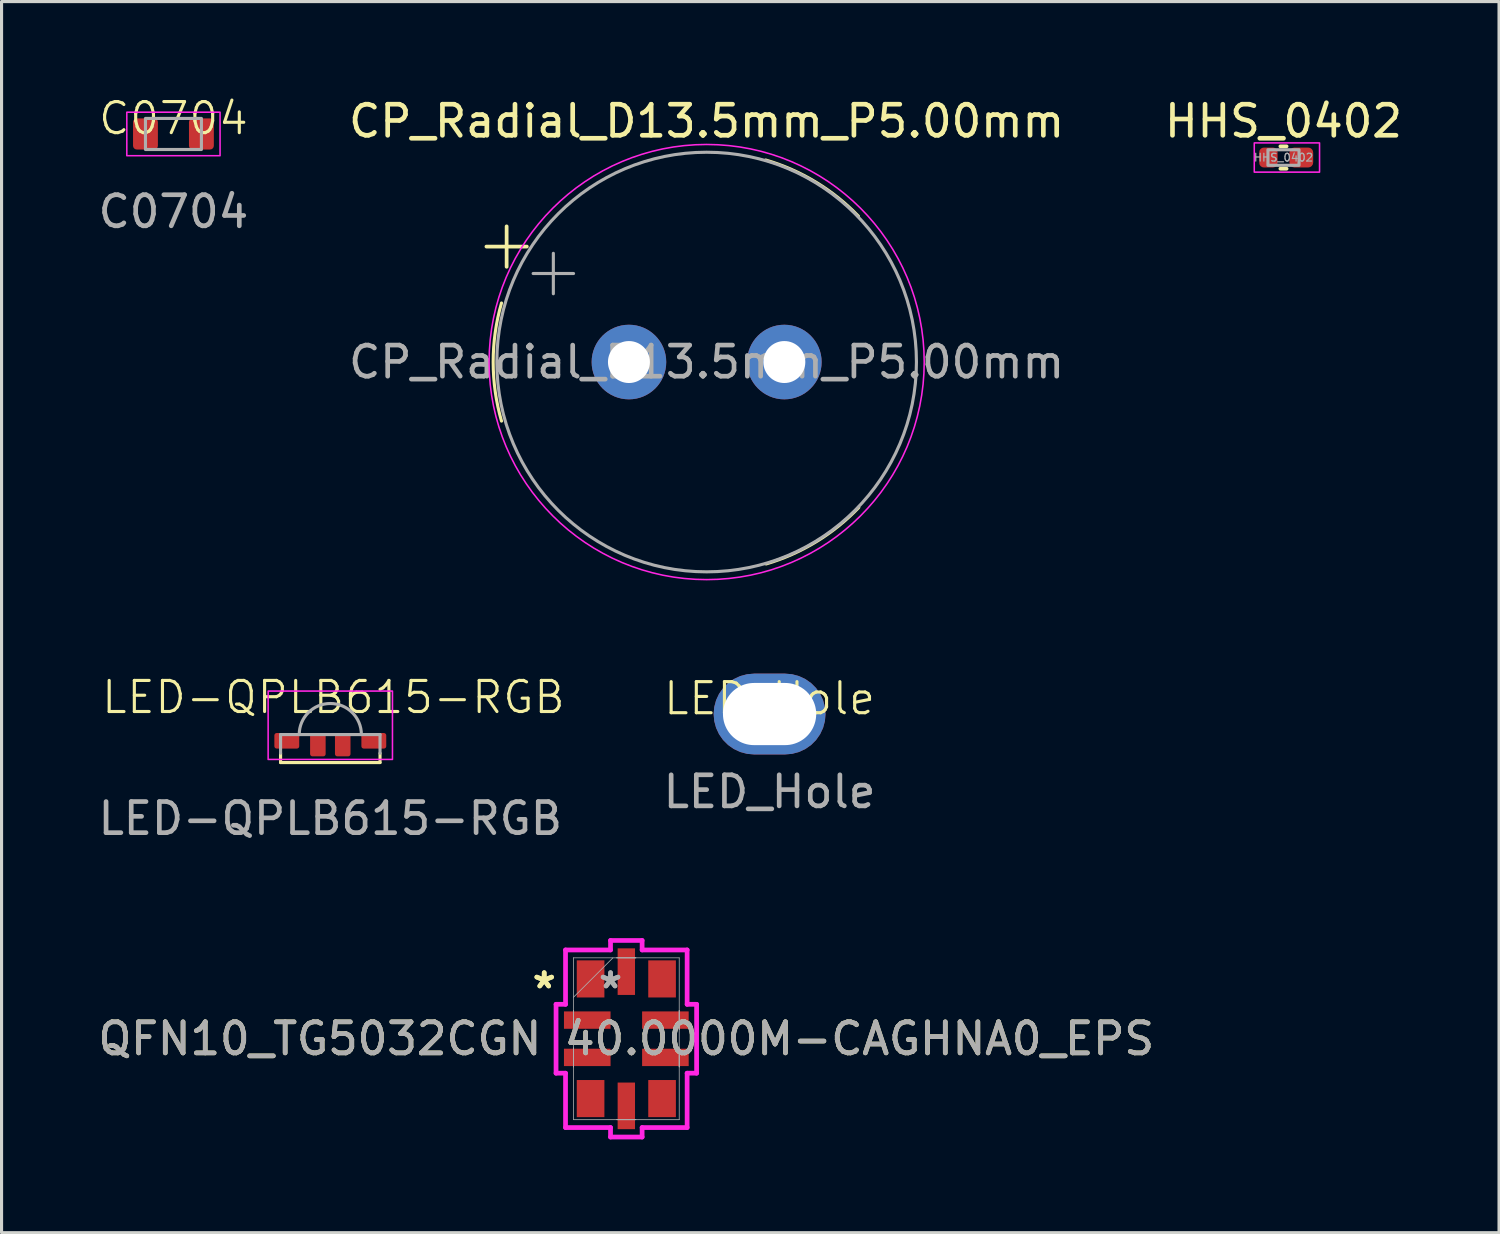
<source format=kicad_pcb>
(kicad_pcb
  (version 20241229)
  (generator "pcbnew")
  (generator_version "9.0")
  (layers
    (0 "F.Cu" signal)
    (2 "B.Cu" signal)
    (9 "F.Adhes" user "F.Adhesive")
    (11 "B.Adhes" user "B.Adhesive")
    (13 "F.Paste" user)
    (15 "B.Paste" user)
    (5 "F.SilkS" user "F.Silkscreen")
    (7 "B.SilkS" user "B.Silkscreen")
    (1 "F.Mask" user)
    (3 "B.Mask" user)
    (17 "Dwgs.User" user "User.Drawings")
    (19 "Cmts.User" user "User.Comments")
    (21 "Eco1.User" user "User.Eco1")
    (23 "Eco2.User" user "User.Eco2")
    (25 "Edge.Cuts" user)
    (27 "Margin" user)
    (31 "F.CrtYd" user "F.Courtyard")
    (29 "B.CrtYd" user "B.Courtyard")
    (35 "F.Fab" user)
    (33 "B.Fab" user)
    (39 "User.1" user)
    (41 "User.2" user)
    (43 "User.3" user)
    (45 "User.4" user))
  (footprint "C0704"
    (layer "F.Cu")
    (at 2.53 1.26)
    (property "Reference" "C0704" (at 0 -0.5 0) (unlocked yes) (layer "F.SilkS") (effects (font (size 1 1) (thickness 0.1))))
    (attr smd)
    (fp_rect (start -1.5 -0.7) (end 1.5 0.7) (stroke (width 0.05) (type default)) (fill no) (layer "F.CrtYd"))
    (fp_rect (start -0.9 -0.5) (end 0.9 0.5) (stroke (width 0.1) (type default)) (fill no) (layer "F.Fab"))
    (fp_text user "${REFERENCE}" (at 0 2.5 0) (unlocked yes) (layer "F.Fab") (effects (font (size 1 1) (thickness 0.15))))
    (pad "1" smd roundrect (at -0.9 0) (size 0.8 1) (layers "F.Cu" "F.Mask" "F.Paste") (roundrect_rratio 0.15))
    (pad "2" smd roundrect (at 0.9 0) (size 0.8 1) (layers "F.Cu" "F.Mask" "F.Paste") (roundrect_rratio 0.15)))
  (footprint "LED-QPLB615-RGB"
    (layer "F.Cu")
    (at 7.577 20.784)
    (property "Reference" "LED-QPLB615-RGB" (at 0.1 -1.4 0) (unlocked yes) (layer "F.SilkS") (effects (font (size 1 1) (thickness 0.1))))
    (attr smd)
    (fp_line (start -1.6 0.7) (end -1.6 0.4) (stroke (width 0.1) (type default)) (layer "F.SilkS"))
    (fp_line (start -1.6 0.7) (end 1.6 0.7) (stroke (width 0.1) (type default)) (layer "F.SilkS"))
    (fp_line (start 1.6 0.7) (end 1.6 0.4) (stroke (width 0.1) (type default)) (layer "F.SilkS"))
    (fp_rect (start -2 -1.6) (end 2 0.6) (stroke (width 0.05) (type default)) (fill no) (layer "F.CrtYd"))
    (fp_line (start -1.6 -0.2) (end 1.6 -0.2) (stroke (width 0.1) (type default)) (layer "F.Fab"))
    (fp_line (start -1.6 0.4) (end -1.6 -0.2) (stroke (width 0.1) (type default)) (layer "F.Fab"))
    (fp_line (start 1.6 -0.2) (end 1.6 0.4) (stroke (width 0.1) (type default)) (layer "F.Fab"))
    (fp_arc (start -1 -0.2) (mid 0 -1.2) (end 1 -0.2) (stroke (width 0.1) (type default)) (layer "F.Fab"))
    (fp_text user "${REFERENCE}" (at 0 2.5 0) (unlocked yes) (layer "F.Fab") (effects (font (size 1 1) (thickness 0.15))))
    (pad "1" smd roundrect (at -0.4 0.125) (size 0.5 0.75) (layers "F.Cu" "F.Mask" "F.Paste") (roundrect_rratio 0.15))
    (pad "2" smd roundrect (at 0.4 0.125) (size 0.5 0.75) (layers "F.Cu" "F.Mask" "F.Paste") (roundrect_rratio 0.15))
    (pad "3" smd roundrect (at 1.4 0) (size 0.8 0.5) (layers "F.Cu" "F.Mask" "F.Paste") (roundrect_rratio 0.15))
    (pad "4" smd roundrect (at -1.4 0) (size 0.8 0.5) (layers "F.Cu" "F.Mask" "F.Paste") (roundrect_rratio 0.15)))
  (footprint "QFN10_TG5032CGN 40.0000M-CAGHNA0_EPS"
    (layer "F.Cu")
    (at 17.101 30.37)
    (property "Reference" "QFN10_TG5032CGN 40.0000M-CAGHNA0_EPS" (at 0 0 0) (unlocked yes) (layer "F.SilkS") (effects (font (size 1 1) (thickness 0.15))))
    (attr smd)
    (fp_line (start -2.261 -1.108) (end -1.956 -1.108) (stroke (width 0.152) (type solid)) (layer "F.CrtYd"))
    (fp_line (start -2.261 1.108) (end -2.261 -1.108) (stroke (width 0.152) (type solid)) (layer "F.CrtYd"))
    (fp_line (start -2.261 1.108) (end -1.956 1.108) (stroke (width 0.152) (type solid)) (layer "F.CrtYd"))
    (fp_line (start -1.956 -2.857) (end -0.508 -2.857) (stroke (width 0.152) (type solid)) (layer "F.CrtYd"))
    (fp_line (start -1.956 -1.108) (end -1.956 -2.857) (stroke (width 0.152) (type solid)) (layer "F.CrtYd"))
    (fp_line (start -1.956 2.857) (end -1.956 1.108) (stroke (width 0.152) (type solid)) (layer "F.CrtYd"))
    (fp_line (start -0.508 -3.162) (end 0.508 -3.162) (stroke (width 0.152) (type solid)) (layer "F.CrtYd"))
    (fp_line (start -0.508 -2.857) (end -0.508 -3.162) (stroke (width 0.152) (type solid)) (layer "F.CrtYd"))
    (fp_line (start -0.508 2.857) (end -1.956 2.857) (stroke (width 0.152) (type solid)) (layer "F.CrtYd"))
    (fp_line (start -0.508 3.162) (end -0.508 2.857) (stroke (width 0.152) (type solid)) (layer "F.CrtYd"))
    (fp_line (start 0.508 -3.162) (end 0.508 -2.857) (stroke (width 0.152) (type solid)) (layer "F.CrtYd"))
    (fp_line (start 0.508 -2.857) (end 1.956 -2.857) (stroke (width 0.152) (type solid)) (layer "F.CrtYd"))
    (fp_line (start 0.508 2.857) (end 0.508 3.162) (stroke (width 0.152) (type solid)) (layer "F.CrtYd"))
    (fp_line (start 0.508 3.162) (end -0.508 3.162) (stroke (width 0.152) (type solid)) (layer "F.CrtYd"))
    (fp_line (start 1.956 -2.857) (end 1.956 -1.108) (stroke (width 0.152) (type solid)) (layer "F.CrtYd"))
    (fp_line (start 1.956 -1.108) (end 2.261 -1.108) (stroke (width 0.152) (type solid)) (layer "F.CrtYd"))
    (fp_line (start 1.956 1.108) (end 1.956 2.857) (stroke (width 0.152) (type solid)) (layer "F.CrtYd"))
    (fp_line (start 1.956 2.857) (end 0.508 2.857) (stroke (width 0.152) (type solid)) (layer "F.CrtYd"))
    (fp_line (start 2.261 -1.108) (end 2.261 1.108) (stroke (width 0.152) (type solid)) (layer "F.CrtYd"))
    (fp_line (start 2.261 1.108) (end 1.956 1.108) (stroke (width 0.152) (type solid)) (layer "F.CrtYd"))
    (fp_line (start -1.702 -2.603) (end -1.702 2.603) (stroke (width 0.025) (type solid)) (layer "F.Fab"))
    (fp_line (start -1.702 -1.333) (end -0.432 -2.603) (stroke (width 0.025) (type solid)) (layer "F.Fab"))
    (fp_line (start -1.702 -0.905) (end -1.702 -0.905) (stroke (width 0.025) (type solid)) (layer "F.Fab"))
    (fp_line (start -1.702 -0.905) (end -1.702 -0.295) (stroke (width 0.025) (type solid)) (layer "F.Fab"))
    (fp_line (start -1.702 -0.295) (end -1.702 -0.905) (stroke (width 0.025) (type solid)) (layer "F.Fab"))
    (fp_line (start -1.702 -0.295) (end -1.702 -0.295) (stroke (width 0.025) (type solid)) (layer "F.Fab"))
    (fp_line (start -1.702 0.295) (end -1.702 0.295) (stroke (width 0.025) (type solid)) (layer "F.Fab"))
    (fp_line (start -1.702 0.295) (end -1.702 0.905) (stroke (width 0.025) (type solid)) (layer "F.Fab"))
    (fp_line (start -1.702 0.905) (end -1.702 0.295) (stroke (width 0.025) (type solid)) (layer "F.Fab"))
    (fp_line (start -1.702 0.905) (end -1.702 0.905) (stroke (width 0.025) (type solid)) (layer "F.Fab"))
    (fp_line (start -1.702 2.603) (end 1.702 2.603) (stroke (width 0.025) (type solid)) (layer "F.Fab"))
    (fp_line (start -0.305 -2.603) (end -0.305 -2.603) (stroke (width 0.025) (type solid)) (layer "F.Fab"))
    (fp_line (start -0.305 -2.603) (end 0.305 -2.603) (stroke (width 0.025) (type solid)) (layer "F.Fab"))
    (fp_line (start -0.305 2.603) (end -0.305 2.603) (stroke (width 0.025) (type solid)) (layer "F.Fab"))
    (fp_line (start -0.305 2.603) (end 0.305 2.603) (stroke (width 0.025) (type solid)) (layer "F.Fab"))
    (fp_line (start 0.305 -2.603) (end -0.305 -2.603) (stroke (width 0.025) (type solid)) (layer "F.Fab"))
    (fp_line (start 0.305 -2.603) (end 0.305 -2.603) (stroke (width 0.025) (type solid)) (layer "F.Fab"))
    (fp_line (start 0.305 2.603) (end -0.305 2.603) (stroke (width 0.025) (type solid)) (layer "F.Fab"))
    (fp_line (start 0.305 2.603) (end 0.305 2.603) (stroke (width 0.025) (type solid)) (layer "F.Fab"))
    (fp_line (start 1.702 -2.603) (end -1.702 -2.603) (stroke (width 0.025) (type solid)) (layer "F.Fab"))
    (fp_line (start 1.702 -0.905) (end 1.702 -0.905) (stroke (width 0.025) (type solid)) (layer "F.Fab"))
    (fp_line (start 1.702 -0.905) (end 1.702 -0.295) (stroke (width 0.025) (type solid)) (layer "F.Fab"))
    (fp_line (start 1.702 -0.295) (end 1.702 -0.905) (stroke (width 0.025) (type solid)) (layer "F.Fab"))
    (fp_line (start 1.702 -0.295) (end 1.702 -0.295) (stroke (width 0.025) (type solid)) (layer "F.Fab"))
    (fp_line (start 1.702 0.295) (end 1.702 0.295) (stroke (width 0.025) (type solid)) (layer "F.Fab"))
    (fp_line (start 1.702 0.295) (end 1.702 0.905) (stroke (width 0.025) (type solid)) (layer "F.Fab"))
    (fp_line (start 1.702 0.905) (end 1.702 0.295) (stroke (width 0.025) (type solid)) (layer "F.Fab"))
    (fp_line (start 1.702 0.905) (end 1.702 0.905) (stroke (width 0.025) (type solid)) (layer "F.Fab"))
    (fp_line (start 1.702 2.603) (end 1.702 -2.603) (stroke (width 0.025) (type solid)) (layer "F.Fab"))
    (fp_text user "*" (at -2.642 -1.581 0) (layer "F.SilkS") (effects (font (size 1 1) (thickness 0.15))))
    (fp_text user "*" (at -2.642 -1.581 0) (unlocked yes) (layer "F.SilkS") (effects (font (size 1 1) (thickness 0.15))))
    (fp_text user "*" (at -0.508 -1.581 0) (unlocked yes) (layer "F.Fab") (effects (font (size 1 1) (thickness 0.15))))
    (fp_text user "*" (at -0.508 -1.581 0) (layer "F.Fab") (effects (font (size 1 1) (thickness 0.15))))
    (fp_text user "${REFERENCE}" (at 0 0 0) (unlocked yes) (layer "F.Fab") (effects (font (size 1 1) (thickness 0.15))))
    (pad "1" smd rect (at -1.15 -1.925) (size 0.889 1.194) (layers "F.Cu" "F.Mask" "F.Paste"))
    (pad "2" smd rect (at -1.257 -0.6 90) (size 0.559 1.499) (layers "F.Cu" "F.Mask" "F.Paste"))
    (pad "3" smd rect (at -1.257 0.6 90) (size 0.559 1.499) (layers "F.Cu" "F.Mask" "F.Paste"))
    (pad "4" smd rect (at -1.15 1.925) (size 0.889 1.194) (layers "F.Cu" "F.Mask" "F.Paste"))
    (pad "5" smd rect (at 0 2.159) (size 0.559 1.499) (layers "F.Cu" "F.Mask" "F.Paste"))
    (pad "6" smd rect (at 1.15 1.925) (size 0.889 1.194) (layers "F.Cu" "F.Mask" "F.Paste"))
    (pad "7" smd rect (at 1.257 0.6 90) (size 0.559 1.499) (layers "F.Cu" "F.Mask" "F.Paste"))
    (pad "8" smd rect (at 1.257 -0.6 90) (size 0.559 1.499) (layers "F.Cu" "F.Mask" "F.Paste"))
    (pad "9" smd rect (at 1.15 -1.925) (size 0.889 1.194) (layers "F.Cu" "F.Mask" "F.Paste"))
    (pad "10" smd rect (at 0 -2.159) (size 0.559 1.499) (layers "F.Cu" "F.Mask" "F.Paste")))
  (footprint "CP_Radial_D13.5mm_P5.00mm"
    (layer "F.Cu")
    (at 17.185 8.598)
    (property "Reference" "CP_Radial_D13.5mm_P5.00mm" (at 2.5 -7.75 0) (layer "F.SilkS") (effects (font (size 1 1) (thickness 0.15))))
    (attr through_hole)
    (fp_line (start -4.585 -3.715) (end -3.285 -3.715) (stroke (width 0.12) (type solid)) (layer "F.SilkS"))
    (fp_line (start -3.935 -4.365) (end -3.935 -3.065) (stroke (width 0.12) (type solid)) (layer "F.SilkS"))
    (fp_arc (start -4.1 1.9) (mid -4.368042 0) (end -4.1 -1.9) (stroke (width 0.1) (type default)) (layer "F.SilkS"))
    (fp_arc (start 4.4 -6.5) (mid 6.011273 -5.790592) (end 7.385236 -4.689826) (stroke (width 0.1) (type default)) (layer "F.SilkS"))
    (fp_arc (start 7.395448 4.679165) (mid 6.023264 5.783304) (end 4.412763 6.496255) (stroke (width 0.1) (type solid)) (layer "F.SilkS"))
    (fp_circle (center 2.5 0) (end 9.5 0) (stroke (width 0.05) (type solid)) (fill no) (layer "F.CrtYd"))
    (fp_line (start -3.082 -2.848) (end -1.782 -2.848) (stroke (width 0.1) (type solid)) (layer "F.Fab"))
    (fp_line (start -2.432 -3.498) (end -2.432 -2.197) (stroke (width 0.1) (type solid)) (layer "F.Fab"))
    (fp_circle (center 2.5 0) (end 9.25 0) (stroke (width 0.1) (type solid)) (fill no) (layer "F.Fab"))
    (fp_text user "${REFERENCE}" (at 2.5 0 0) (layer "F.Fab") (effects (font (size 1 1) (thickness 0.15))))
    (pad "1" thru_hole circle (at 0 0) (size 2.4 2.4) (drill 1.35) (layers "*.Cu" "*.Mask"))
    (pad "2" thru_hole circle (at 5 0) (size 2.4 2.4) (drill 1.35) (layers "*.Cu" "*.Mask")))
  (footprint "HHS_0402"
    (layer "F.Cu")
    (at 38.244 2.018)
    (property "Reference" "HHS_0402" (at 0 -1.17 0) (layer "F.SilkS") (effects (font (size 1 1) (thickness 0.15))))
    (attr smd)
    (fp_line (start -0.1 -0.36) (end 0.1 -0.36) (stroke (width 0.12) (type solid)) (layer "F.SilkS"))
    (fp_line (start -0.1 0.36) (end 0.1 0.36) (stroke (width 0.12) (type solid)) (layer "F.SilkS"))
    (fp_rect (start -0.94 -0.47) (end 1.16 0.47) (stroke (width 0.05) (type solid)) (fill no) (layer "F.CrtYd"))
    (fp_rect (start -0.5 -0.25) (end 0.5 0.25) (stroke (width 0.1) (type solid)) (fill no) (layer "F.Fab"))
    (fp_text user "${REFERENCE}" (at 0 0 0) (layer "F.Fab") (effects (font (size 0.25 0.25) (thickness 0.04))))
    (pad "1" smd roundrect (at -0.485 0) (size 0.59 0.64) (layers "F.Cu" "F.Mask" "F.Paste") (roundrect_rratio 0.25))
    (pad "2" smd roundrect (at 0.573 0) (size 0.765 0.64) (layers "F.Cu" "F.Mask" "F.Paste") (roundrect_rratio 0.25)))
  (footprint "LED_Hole"
    (layer "F.Cu")
    (at 21.71 19.923)
    (property "Reference" "LED_Hole" (at 0 -0.5 0) (unlocked yes) (layer "F.SilkS") (effects (font (size 1 1) (thickness 0.1))))
    (attr smd)
    (fp_text user "${REFERENCE}" (at 0 2.5 0) (unlocked yes) (layer "F.Fab") (effects (font (size 1 1) (thickness 0.15))))
    (pad "1" thru_hole roundrect (at 0 0) (size 3.6 2.6) (drill oval 3 2) (layers "*.Cu" "*.Mask") (roundrect_rratio 0.5)))
  (gr_rect
    (start -3 -3)
    (end 45.179 36.609)
    (stroke (width 0.1) (type default))
    (fill no)
    (layer "Edge.Cuts")))
</source>
